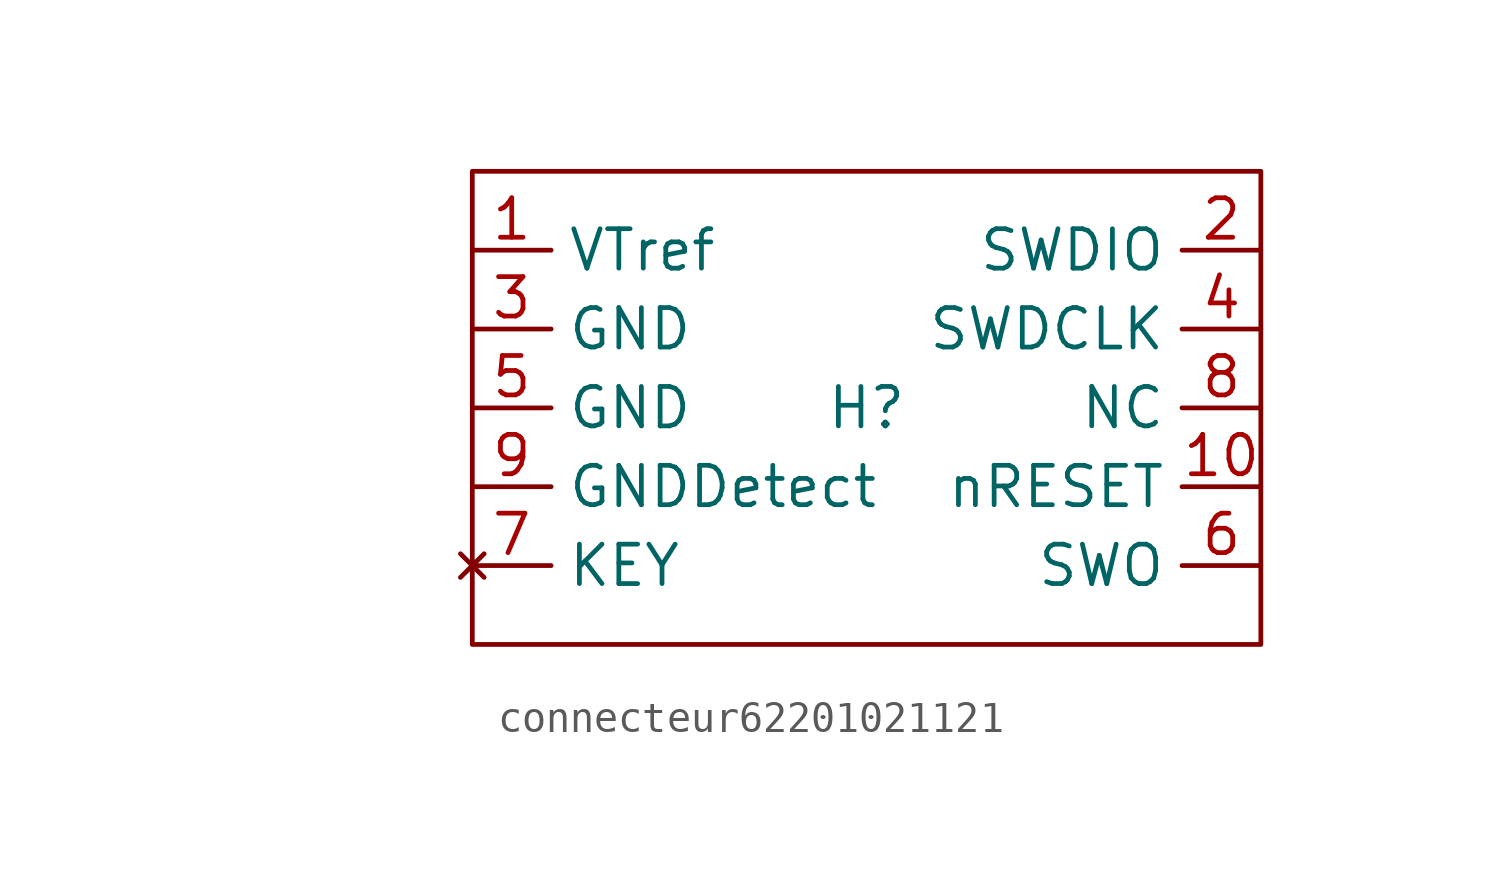
<source format=kicad_sym>
(kicad_symbol_lib
  (version 20220914)
  (generator kicad_symbol_editor)
  (symbol "connecteur62201021121"
    (property "Reference" "H"
      (at 0 0 0)
      (effects (font (size 1.27 1.27))))
    (property "Value" ""
      (at -20.32 -2.54 0)
      (effects (font (size 1.27 1.27))))
    (symbol "connecteur62201021121_0_1"
      (polyline (pts (xy -12.7 6.35) (xy -12.7 -7.62) (xy 12.7 -7.62) (xy 12.7 7.62) (xy -12.7 7.62) (xy -12.7 5.08)) (stroke (width 0) (type default)) (fill (type none))))
    (symbol "connecteur62201021121_1_1"
      (pin power_in line (at -12.7 5.08 0) (length 2.54) (name "VTref" (effects (font (size 1.27 1.27)))) (number "1" (effects (font (size 1.27 1.27)))))
      (pin input line (at 12.7 -2.54 180) (length 2.54) (name "nRESET" (effects (font (size 1.27 1.27)))) (number "10" (effects (font (size 1.27 1.27)))))
      (pin bidirectional line (at 12.7 5.08 180) (length 2.54) (name "SWDIO" (effects (font (size 1.27 1.27)))) (number "2" (effects (font (size 1.27 1.27)))))
      (pin power_in line (at -12.7 2.54 0) (length 2.54) (name "GND" (effects (font (size 1.27 1.27)))) (number "3" (effects (font (size 1.27 1.27)))))
      (pin input line (at 12.7 2.54 180) (length 2.54) (name "SWDCLK" (effects (font (size 1.27 1.27)))) (number "4" (effects (font (size 1.27 1.27)))))
      (pin power_in line (at -12.7 0 0) (length 2.54) (name "GND" (effects (font (size 1.27 1.27)))) (number "5" (effects (font (size 1.27 1.27)))))
      (pin output line (at 12.7 -5.08 180) (length 2.54) (name "SWO" (effects (font (size 1.27 1.27)))) (number "6" (effects (font (size 1.27 1.27)))))
      (pin no_connect line (at -12.7 -5.08 0) (length 2.54) (name "KEY" (effects (font (size 1.27 1.27)))) (number "7" (effects (font (size 1.27 1.27)))))
      (pin input line (at 12.7 0 180) (length 2.54) (name "NC" (effects (font (size 1.27 1.27)))) (number "8" (effects (font (size 1.27 1.27)))))
      (pin power_in line (at -12.7 -2.54 0) (length 2.54) (name "GNDDetect" (effects (font (size 1.27 1.27)))) (number "9" (effects (font (size 1.27 1.27))))))))
</source>
